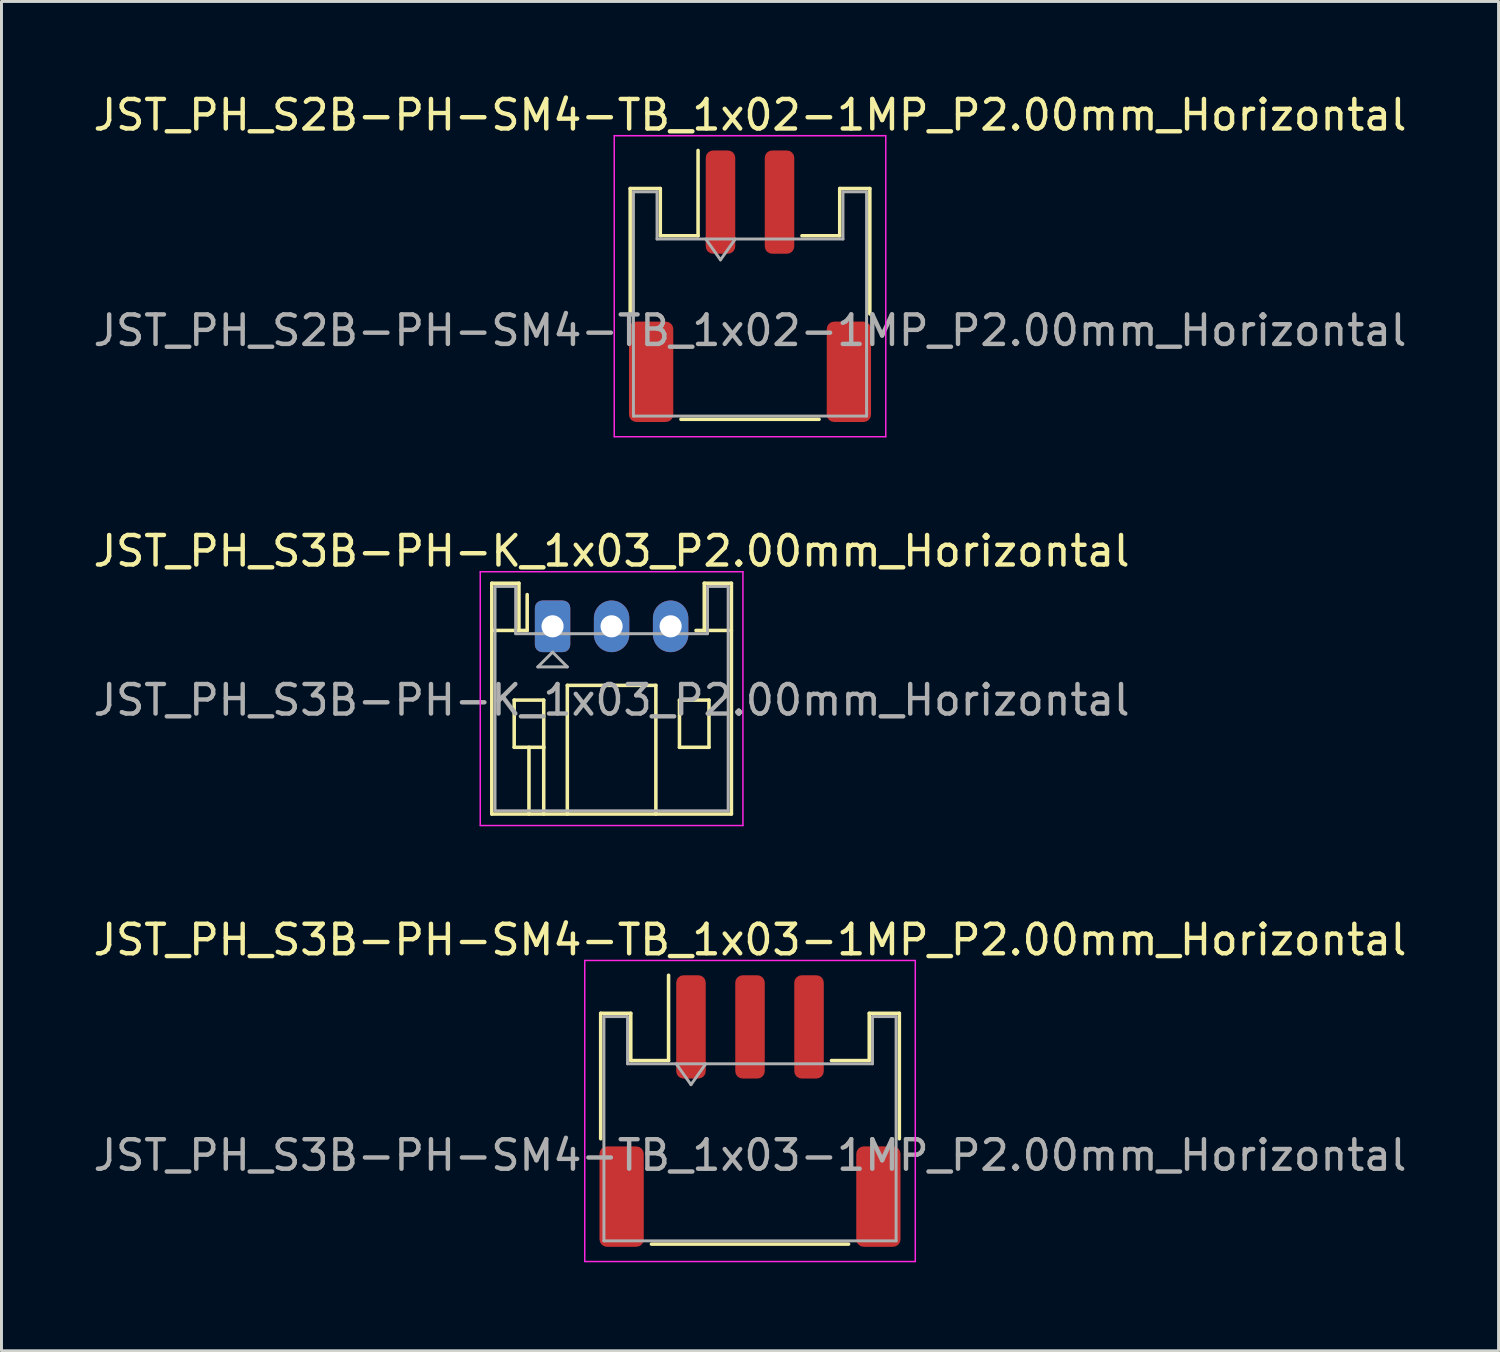
<source format=kicad_pcb>
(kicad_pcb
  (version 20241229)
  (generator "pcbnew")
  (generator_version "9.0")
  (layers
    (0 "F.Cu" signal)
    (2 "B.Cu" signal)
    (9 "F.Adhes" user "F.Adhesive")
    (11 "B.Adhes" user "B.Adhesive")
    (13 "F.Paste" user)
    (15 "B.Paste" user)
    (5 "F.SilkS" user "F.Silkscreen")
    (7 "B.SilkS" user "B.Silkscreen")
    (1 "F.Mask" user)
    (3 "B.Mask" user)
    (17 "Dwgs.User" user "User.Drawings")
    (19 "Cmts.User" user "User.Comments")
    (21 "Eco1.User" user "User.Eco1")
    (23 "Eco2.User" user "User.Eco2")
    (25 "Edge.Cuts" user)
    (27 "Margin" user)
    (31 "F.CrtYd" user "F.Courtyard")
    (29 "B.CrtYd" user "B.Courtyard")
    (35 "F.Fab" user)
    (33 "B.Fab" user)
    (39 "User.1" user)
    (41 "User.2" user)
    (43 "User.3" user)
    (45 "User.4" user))
  (footprint "JST_PH_S3B-PH-SM4-TB_1x03-1MP_P2.00mm_Horizontal"
    (layer "F.Cu")
    (at 22.363 34.595)
    (property "Reference" "JST_PH_S3B-PH-SM4-TB_1x03-1MP_P2.00mm_Horizontal" (at 0 -5.8 0) (layer "F.SilkS") (effects (font (size 1 1) (thickness 0.15))))
    (attr smd)
    (fp_line (start -5.06 -3.31) (end -4.04 -3.31) (stroke (width 0.12) (type solid)) (layer "F.SilkS"))
    (fp_line (start -5.06 0.94) (end -5.06 -3.31) (stroke (width 0.12) (type solid)) (layer "F.SilkS"))
    (fp_line (start -4.04 -3.31) (end -4.04 -1.71) (stroke (width 0.12) (type solid)) (layer "F.SilkS"))
    (fp_line (start -4.04 -1.71) (end -2.76 -1.71) (stroke (width 0.12) (type solid)) (layer "F.SilkS"))
    (fp_line (start -3.34 4.51) (end 3.34 4.51) (stroke (width 0.12) (type solid)) (layer "F.SilkS"))
    (fp_line (start -2.76 -1.71) (end -2.76 -4.6) (stroke (width 0.12) (type solid)) (layer "F.SilkS"))
    (fp_line (start 4.04 -3.31) (end 4.04 -1.71) (stroke (width 0.12) (type solid)) (layer "F.SilkS"))
    (fp_line (start 4.04 -1.71) (end 2.76 -1.71) (stroke (width 0.12) (type solid)) (layer "F.SilkS"))
    (fp_line (start 5.06 -3.31) (end 4.04 -3.31) (stroke (width 0.12) (type solid)) (layer "F.SilkS"))
    (fp_line (start 5.06 0.94) (end 5.06 -3.31) (stroke (width 0.12) (type solid)) (layer "F.SilkS"))
    (fp_line (start -5.6 -5.1) (end -5.6 5.1) (stroke (width 0.05) (type solid)) (layer "F.CrtYd"))
    (fp_line (start -5.6 5.1) (end 5.6 5.1) (stroke (width 0.05) (type solid)) (layer "F.CrtYd"))
    (fp_line (start 5.6 -5.1) (end -5.6 -5.1) (stroke (width 0.05) (type solid)) (layer "F.CrtYd"))
    (fp_line (start 5.6 5.1) (end 5.6 -5.1) (stroke (width 0.05) (type solid)) (layer "F.CrtYd"))
    (fp_line (start -4.95 -3.2) (end -4.95 4.4) (stroke (width 0.1) (type solid)) (layer "F.Fab"))
    (fp_line (start -4.95 -3.2) (end -4.15 -3.2) (stroke (width 0.1) (type solid)) (layer "F.Fab"))
    (fp_line (start -4.95 4.4) (end 4.95 4.4) (stroke (width 0.1) (type solid)) (layer "F.Fab"))
    (fp_line (start -4.15 -3.2) (end -4.15 -1.6) (stroke (width 0.1) (type solid)) (layer "F.Fab"))
    (fp_line (start -4.15 -1.6) (end 4.15 -1.6) (stroke (width 0.1) (type solid)) (layer "F.Fab"))
    (fp_line (start -2.5 -1.6) (end -2 -0.893) (stroke (width 0.1) (type solid)) (layer "F.Fab"))
    (fp_line (start -2 -0.893) (end -1.5 -1.6) (stroke (width 0.1) (type solid)) (layer "F.Fab"))
    (fp_line (start 4.15 -3.2) (end 4.95 -3.2) (stroke (width 0.1) (type solid)) (layer "F.Fab"))
    (fp_line (start 4.15 -1.6) (end 4.15 -3.2) (stroke (width 0.1) (type solid)) (layer "F.Fab"))
    (fp_line (start 4.95 -3.2) (end 4.95 4.4) (stroke (width 0.1) (type solid)) (layer "F.Fab"))
    (fp_text user "${REFERENCE}" (at 0 1.5 0) (layer "F.Fab") (effects (font (size 1 1) (thickness 0.15))))
    (pad "1" smd roundrect (at -2 -2.85) (size 1 3.5) (layers "F.Cu" "F.Mask" "F.Paste") (roundrect_rratio 0.25))
    (pad "2" smd roundrect (at 0 -2.85) (size 1 3.5) (layers "F.Cu" "F.Mask" "F.Paste") (roundrect_rratio 0.25))
    (pad "3" smd roundrect (at 2 -2.85) (size 1 3.5) (layers "F.Cu" "F.Mask" "F.Paste") (roundrect_rratio 0.25))
    (pad "MP" smd roundrect (at -4.35 2.9) (size 1.5 3.4) (layers "F.Cu" "F.Mask" "F.Paste") (roundrect_rratio 0.167))
    (pad "MP" smd roundrect (at 4.35 2.9) (size 1.5 3.4) (layers "F.Cu" "F.Mask" "F.Paste") (roundrect_rratio 0.167)))
  (footprint "JST_PH_S2B-PH-SM4-TB_1x02-1MP_P2.00mm_Horizontal"
    (layer "F.Cu")
    (at 22.363 6.648)
    (property "Reference" "JST_PH_S2B-PH-SM4-TB_1x02-1MP_P2.00mm_Horizontal" (at 0 -5.8 0) (layer "F.SilkS") (effects (font (size 1 1) (thickness 0.15))))
    (attr smd)
    (fp_line (start -4.06 -3.31) (end -3.04 -3.31) (stroke (width 0.12) (type solid)) (layer "F.SilkS"))
    (fp_line (start -4.06 0.94) (end -4.06 -3.31) (stroke (width 0.12) (type solid)) (layer "F.SilkS"))
    (fp_line (start -3.04 -3.31) (end -3.04 -1.71) (stroke (width 0.12) (type solid)) (layer "F.SilkS"))
    (fp_line (start -3.04 -1.71) (end -1.76 -1.71) (stroke (width 0.12) (type solid)) (layer "F.SilkS"))
    (fp_line (start -2.34 4.51) (end 2.34 4.51) (stroke (width 0.12) (type solid)) (layer "F.SilkS"))
    (fp_line (start -1.76 -1.71) (end -1.76 -4.6) (stroke (width 0.12) (type solid)) (layer "F.SilkS"))
    (fp_line (start 3.04 -3.31) (end 3.04 -1.71) (stroke (width 0.12) (type solid)) (layer "F.SilkS"))
    (fp_line (start 3.04 -1.71) (end 1.76 -1.71) (stroke (width 0.12) (type solid)) (layer "F.SilkS"))
    (fp_line (start 4.06 -3.31) (end 3.04 -3.31) (stroke (width 0.12) (type solid)) (layer "F.SilkS"))
    (fp_line (start 4.06 0.94) (end 4.06 -3.31) (stroke (width 0.12) (type solid)) (layer "F.SilkS"))
    (fp_line (start -4.6 -5.1) (end -4.6 5.1) (stroke (width 0.05) (type solid)) (layer "F.CrtYd"))
    (fp_line (start -4.6 5.1) (end 4.6 5.1) (stroke (width 0.05) (type solid)) (layer "F.CrtYd"))
    (fp_line (start 4.6 -5.1) (end -4.6 -5.1) (stroke (width 0.05) (type solid)) (layer "F.CrtYd"))
    (fp_line (start 4.6 5.1) (end 4.6 -5.1) (stroke (width 0.05) (type solid)) (layer "F.CrtYd"))
    (fp_line (start -3.95 -3.2) (end -3.95 4.4) (stroke (width 0.1) (type solid)) (layer "F.Fab"))
    (fp_line (start -3.95 -3.2) (end -3.15 -3.2) (stroke (width 0.1) (type solid)) (layer "F.Fab"))
    (fp_line (start -3.95 4.4) (end 3.95 4.4) (stroke (width 0.1) (type solid)) (layer "F.Fab"))
    (fp_line (start -3.15 -3.2) (end -3.15 -1.6) (stroke (width 0.1) (type solid)) (layer "F.Fab"))
    (fp_line (start -3.15 -1.6) (end 3.15 -1.6) (stroke (width 0.1) (type solid)) (layer "F.Fab"))
    (fp_line (start -1.5 -1.6) (end -1 -0.893) (stroke (width 0.1) (type solid)) (layer "F.Fab"))
    (fp_line (start -1 -0.893) (end -0.5 -1.6) (stroke (width 0.1) (type solid)) (layer "F.Fab"))
    (fp_line (start 3.15 -3.2) (end 3.95 -3.2) (stroke (width 0.1) (type solid)) (layer "F.Fab"))
    (fp_line (start 3.15 -1.6) (end 3.15 -3.2) (stroke (width 0.1) (type solid)) (layer "F.Fab"))
    (fp_line (start 3.95 -3.2) (end 3.95 4.4) (stroke (width 0.1) (type solid)) (layer "F.Fab"))
    (fp_text user "${REFERENCE}" (at 0 1.5 0) (layer "F.Fab") (effects (font (size 1 1) (thickness 0.15))))
    (pad "1" smd roundrect (at -1 -2.85) (size 1 3.5) (layers "F.Cu" "F.Mask" "F.Paste") (roundrect_rratio 0.25))
    (pad "2" smd roundrect (at 1 -2.85) (size 1 3.5) (layers "F.Cu" "F.Mask" "F.Paste") (roundrect_rratio 0.25))
    (pad "MP" smd roundrect (at -3.35 2.9) (size 1.5 3.4) (layers "F.Cu" "F.Mask" "F.Paste") (roundrect_rratio 0.167))
    (pad "MP" smd roundrect (at 3.35 2.9) (size 1.5 3.4) (layers "F.Cu" "F.Mask" "F.Paste") (roundrect_rratio 0.167)))
  (footprint "JST_PH_S3B-PH-K_1x03_P2.00mm_Horizontal"
    (layer "F.Cu")
    (at 15.673 18.172)
    (property "Reference" "JST_PH_S3B-PH-K_1x03_P2.00mm_Horizontal" (at 2 -2.55 0) (layer "F.SilkS") (effects (font (size 1 1) (thickness 0.15))))
    (attr through_hole)
    (fp_line (start -2.06 -1.46) (end -2.06 6.36) (stroke (width 0.12) (type solid)) (layer "F.SilkS"))
    (fp_line (start -2.06 0.14) (end -1.14 0.14) (stroke (width 0.12) (type solid)) (layer "F.SilkS"))
    (fp_line (start -2.06 6.36) (end 6.06 6.36) (stroke (width 0.12) (type solid)) (layer "F.SilkS"))
    (fp_line (start -1.3 2.5) (end -1.3 4.1) (stroke (width 0.12) (type solid)) (layer "F.SilkS"))
    (fp_line (start -1.3 4.1) (end -0.3 4.1) (stroke (width 0.12) (type solid)) (layer "F.SilkS"))
    (fp_line (start -1.14 -1.46) (end -2.06 -1.46) (stroke (width 0.12) (type solid)) (layer "F.SilkS"))
    (fp_line (start -1.14 0.14) (end -1.14 -1.46) (stroke (width 0.12) (type solid)) (layer "F.SilkS"))
    (fp_line (start -0.86 0.14) (end -1.14 0.14) (stroke (width 0.12) (type solid)) (layer "F.SilkS"))
    (fp_line (start -0.86 0.14) (end -0.86 -1.075) (stroke (width 0.12) (type solid)) (layer "F.SilkS"))
    (fp_line (start -0.8 4.1) (end -0.8 6.36) (stroke (width 0.12) (type solid)) (layer "F.SilkS"))
    (fp_line (start -0.3 2.5) (end -1.3 2.5) (stroke (width 0.12) (type solid)) (layer "F.SilkS"))
    (fp_line (start -0.3 4.1) (end -0.3 2.5) (stroke (width 0.12) (type solid)) (layer "F.SilkS"))
    (fp_line (start -0.3 4.1) (end -0.3 6.36) (stroke (width 0.12) (type solid)) (layer "F.SilkS"))
    (fp_line (start 0.5 2) (end 3.5 2) (stroke (width 0.12) (type solid)) (layer "F.SilkS"))
    (fp_line (start 0.5 6.36) (end 0.5 2) (stroke (width 0.12) (type solid)) (layer "F.SilkS"))
    (fp_line (start 3.5 2) (end 3.5 6.36) (stroke (width 0.12) (type solid)) (layer "F.SilkS"))
    (fp_line (start 4.3 2.5) (end 5.3 2.5) (stroke (width 0.12) (type solid)) (layer "F.SilkS"))
    (fp_line (start 4.3 4.1) (end 4.3 2.5) (stroke (width 0.12) (type solid)) (layer "F.SilkS"))
    (fp_line (start 5.14 -1.46) (end 5.14 0.14) (stroke (width 0.12) (type solid)) (layer "F.SilkS"))
    (fp_line (start 5.14 0.14) (end 4.86 0.14) (stroke (width 0.12) (type solid)) (layer "F.SilkS"))
    (fp_line (start 5.3 2.5) (end 5.3 4.1) (stroke (width 0.12) (type solid)) (layer "F.SilkS"))
    (fp_line (start 5.3 4.1) (end 4.3 4.1) (stroke (width 0.12) (type solid)) (layer "F.SilkS"))
    (fp_line (start 6.06 -1.46) (end 5.14 -1.46) (stroke (width 0.12) (type solid)) (layer "F.SilkS"))
    (fp_line (start 6.06 0.14) (end 5.14 0.14) (stroke (width 0.12) (type solid)) (layer "F.SilkS"))
    (fp_line (start 6.06 6.36) (end 6.06 -1.46) (stroke (width 0.12) (type solid)) (layer "F.SilkS"))
    (fp_line (start -2.45 -1.85) (end -2.45 6.75) (stroke (width 0.05) (type solid)) (layer "F.CrtYd"))
    (fp_line (start -2.45 6.75) (end 6.45 6.75) (stroke (width 0.05) (type solid)) (layer "F.CrtYd"))
    (fp_line (start 6.45 -1.85) (end -2.45 -1.85) (stroke (width 0.05) (type solid)) (layer "F.CrtYd"))
    (fp_line (start 6.45 6.75) (end 6.45 -1.85) (stroke (width 0.05) (type solid)) (layer "F.CrtYd"))
    (fp_line (start -1.95 -1.35) (end -1.95 6.25) (stroke (width 0.1) (type solid)) (layer "F.Fab"))
    (fp_line (start -1.95 6.25) (end 5.95 6.25) (stroke (width 0.1) (type solid)) (layer "F.Fab"))
    (fp_line (start -1.25 -1.35) (end -1.95 -1.35) (stroke (width 0.1) (type solid)) (layer "F.Fab"))
    (fp_line (start -1.25 0.25) (end -1.25 -1.35) (stroke (width 0.1) (type solid)) (layer "F.Fab"))
    (fp_line (start -0.5 1.375) (end 0.5 1.375) (stroke (width 0.1) (type solid)) (layer "F.Fab"))
    (fp_line (start 0 0.875) (end -0.5 1.375) (stroke (width 0.1) (type solid)) (layer "F.Fab"))
    (fp_line (start 0.5 1.375) (end 0 0.875) (stroke (width 0.1) (type solid)) (layer "F.Fab"))
    (fp_line (start 5.25 -1.35) (end 5.25 0.25) (stroke (width 0.1) (type solid)) (layer "F.Fab"))
    (fp_line (start 5.25 0.25) (end -1.25 0.25) (stroke (width 0.1) (type solid)) (layer "F.Fab"))
    (fp_line (start 5.95 -1.35) (end 5.25 -1.35) (stroke (width 0.1) (type solid)) (layer "F.Fab"))
    (fp_line (start 5.95 6.25) (end 5.95 -1.35) (stroke (width 0.1) (type solid)) (layer "F.Fab"))
    (fp_text user "${REFERENCE}" (at 2 2.5 0) (layer "F.Fab") (effects (font (size 1 1) (thickness 0.15))))
    (pad "1" thru_hole roundrect (at 0 0) (size 1.2 1.75) (drill 0.75) (layers "*.Cu" "*.Mask") (roundrect_rratio 0.208))
    (pad "2" thru_hole oval (at 2 0) (size 1.2 1.75) (drill 0.75) (layers "*.Cu" "*.Mask"))
    (pad "3" thru_hole oval (at 4 0) (size 1.2 1.75) (drill 0.75) (layers "*.Cu" "*.Mask")))
  (gr_rect
    (start -3 -3)
    (end 47.726 42.72)
    (stroke (width 0.1) (type default))
    (fill no)
    (layer "Edge.Cuts")))
</source>
